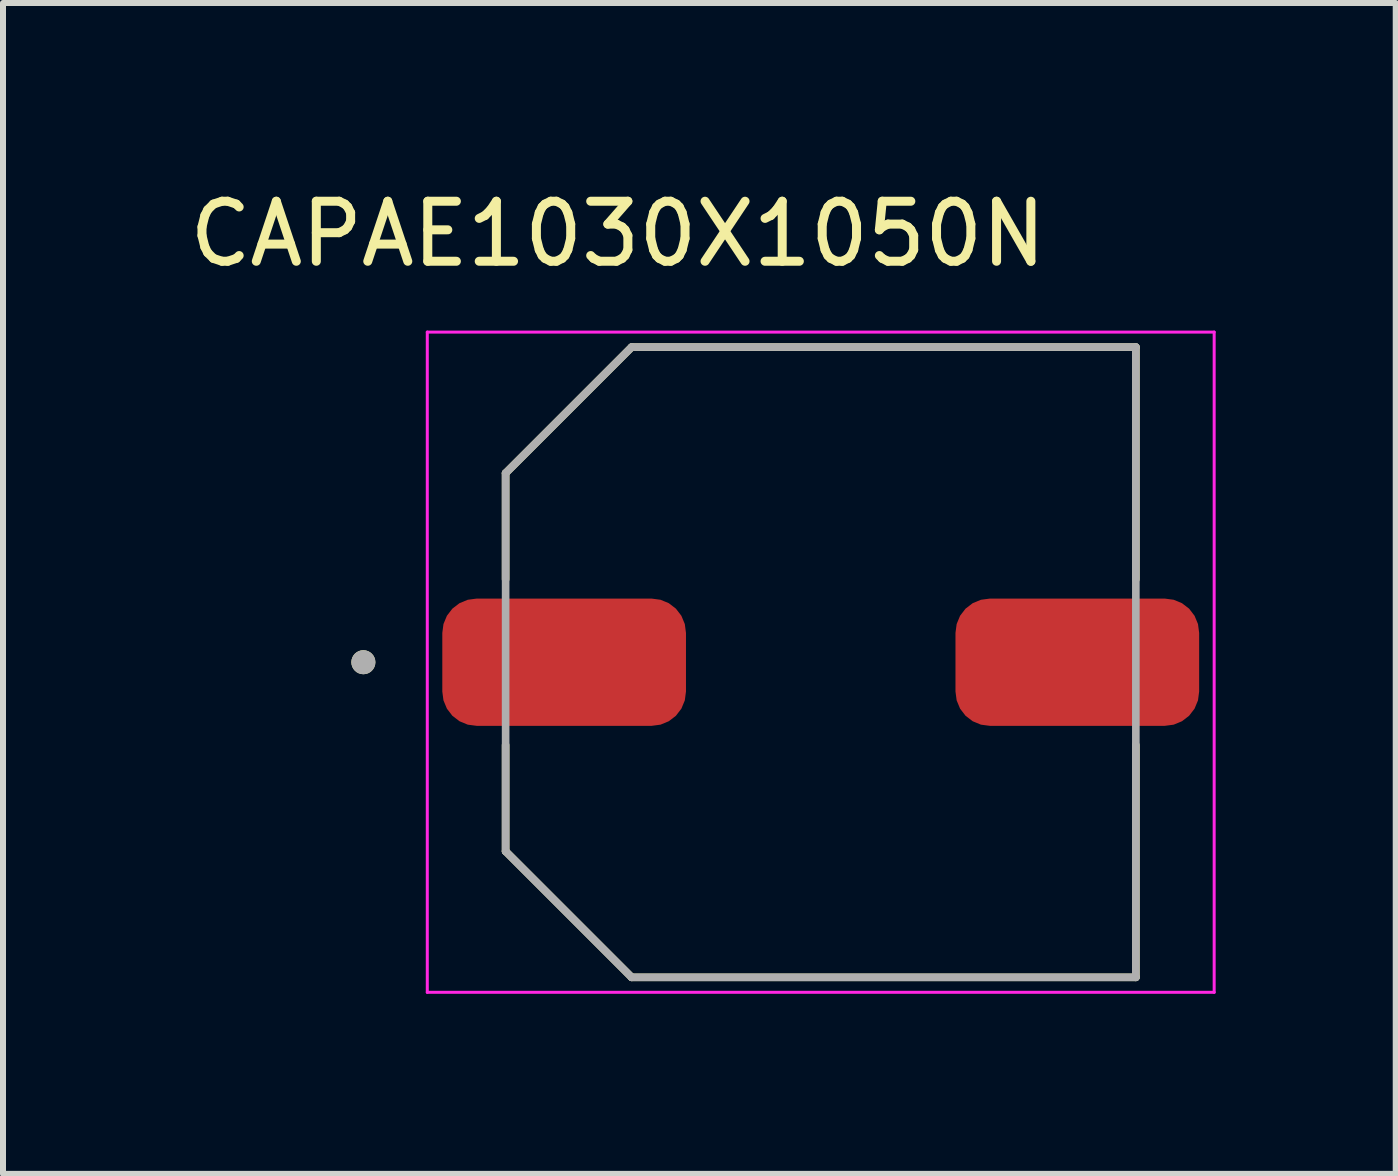
<source format=kicad_pcb>
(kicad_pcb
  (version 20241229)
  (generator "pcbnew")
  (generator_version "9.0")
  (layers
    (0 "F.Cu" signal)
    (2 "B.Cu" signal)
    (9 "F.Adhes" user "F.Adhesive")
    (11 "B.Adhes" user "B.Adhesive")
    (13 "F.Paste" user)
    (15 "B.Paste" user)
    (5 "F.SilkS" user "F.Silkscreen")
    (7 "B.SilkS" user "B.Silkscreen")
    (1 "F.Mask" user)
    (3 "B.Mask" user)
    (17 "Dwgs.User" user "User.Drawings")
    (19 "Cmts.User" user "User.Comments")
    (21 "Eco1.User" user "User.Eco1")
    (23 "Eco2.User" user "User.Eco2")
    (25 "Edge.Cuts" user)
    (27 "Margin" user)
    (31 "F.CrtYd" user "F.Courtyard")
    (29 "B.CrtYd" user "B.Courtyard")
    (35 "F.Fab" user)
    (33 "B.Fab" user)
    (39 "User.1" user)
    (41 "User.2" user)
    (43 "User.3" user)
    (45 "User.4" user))
  (footprint "CAPAE1030X1050N"
    (layer "F.Cu")
    (at 10.624 7.983)
    (property "Reference" "CAPAE1030X1050N" (at -3.38 -7.135 0) (layer "F.SilkS") (effects (font (size 1 1) (thickness 0.15))))
    (attr smd)
    (fp_line (start -5.25 -3.15) (end -3.15 -5.25) (stroke (width 0.127) (type solid)) (layer "F.SilkS"))
    (fp_line (start -5.25 -1.38) (end -5.25 -3.15) (stroke (width 0.127) (type solid)) (layer "F.SilkS"))
    (fp_line (start -5.25 3.15) (end -5.25 1.38) (stroke (width 0.127) (type solid)) (layer "F.SilkS"))
    (fp_line (start -3.15 -5.25) (end 5.25 -5.25) (stroke (width 0.127) (type solid)) (layer "F.SilkS"))
    (fp_line (start -3.15 5.25) (end -5.25 3.15) (stroke (width 0.127) (type solid)) (layer "F.SilkS"))
    (fp_line (start 5.25 -5.25) (end 5.25 -1.38) (stroke (width 0.127) (type solid)) (layer "F.SilkS"))
    (fp_line (start 5.25 5.25) (end -3.15 5.25) (stroke (width 0.127) (type solid)) (layer "F.SilkS"))
    (fp_line (start 5.25 5.25) (end 5.25 1.38) (stroke (width 0.127) (type solid)) (layer "F.SilkS"))
    (fp_circle (center -7.62 0) (end -7.52 0) (stroke (width 0.2) (type solid)) (fill no) (layer "F.SilkS"))
    (fp_line (start -6.555 -5.5) (end -6.555 5.5) (stroke (width 0.05) (type solid)) (layer "F.CrtYd"))
    (fp_line (start -6.555 5.5) (end 6.555 5.5) (stroke (width 0.05) (type solid)) (layer "F.CrtYd"))
    (fp_line (start 6.555 -5.5) (end -6.555 -5.5) (stroke (width 0.05) (type solid)) (layer "F.CrtYd"))
    (fp_line (start 6.555 5.5) (end 6.555 -5.5) (stroke (width 0.05) (type solid)) (layer "F.CrtYd"))
    (fp_line (start -5.25 -3.15) (end -3.15 -5.25) (stroke (width 0.127) (type solid)) (layer "F.Fab"))
    (fp_line (start -5.25 3.15) (end -5.25 -3.15) (stroke (width 0.127) (type solid)) (layer "F.Fab"))
    (fp_line (start -3.15 -5.25) (end 5.25 -5.25) (stroke (width 0.127) (type solid)) (layer "F.Fab"))
    (fp_line (start -3.15 5.25) (end -5.25 3.15) (stroke (width 0.127) (type solid)) (layer "F.Fab"))
    (fp_line (start 5.25 -5.25) (end 5.25 5.25) (stroke (width 0.127) (type solid)) (layer "F.Fab"))
    (fp_line (start 5.25 5.25) (end -3.15 5.25) (stroke (width 0.127) (type solid)) (layer "F.Fab"))
    (fp_circle (center -7.62 0) (end -7.52 0) (stroke (width 0.2) (type solid)) (fill no) (layer "F.Fab"))
    (pad "N" smd roundrect (at 4.275 0) (size 4.06 2.12) (layers "F.Cu" "F.Mask" "F.Paste") (roundrect_rratio 0.27))
    (pad "P" smd roundrect (at -4.275 0) (size 4.06 2.12) (layers "F.Cu" "F.Mask" "F.Paste") (roundrect_rratio 0.27)))
  (gr_rect
    (start -3 -3)
    (end 20.204 16.508)
    (stroke (width 0.1) (type default))
    (fill no)
    (layer "Edge.Cuts")))
</source>
